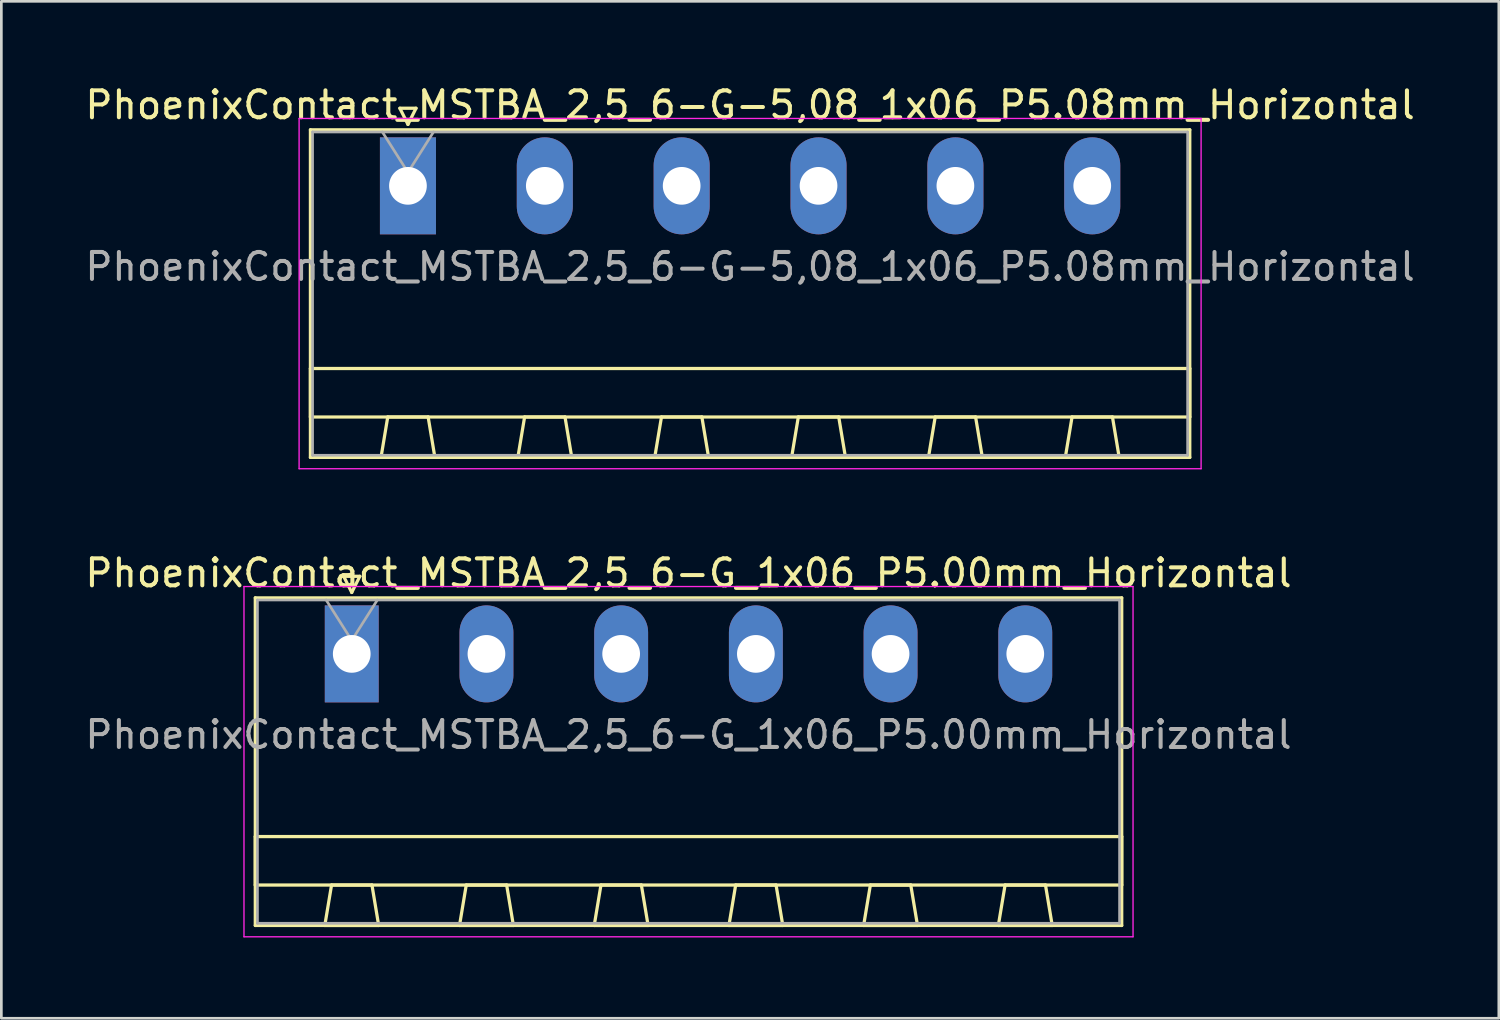
<source format=kicad_pcb>
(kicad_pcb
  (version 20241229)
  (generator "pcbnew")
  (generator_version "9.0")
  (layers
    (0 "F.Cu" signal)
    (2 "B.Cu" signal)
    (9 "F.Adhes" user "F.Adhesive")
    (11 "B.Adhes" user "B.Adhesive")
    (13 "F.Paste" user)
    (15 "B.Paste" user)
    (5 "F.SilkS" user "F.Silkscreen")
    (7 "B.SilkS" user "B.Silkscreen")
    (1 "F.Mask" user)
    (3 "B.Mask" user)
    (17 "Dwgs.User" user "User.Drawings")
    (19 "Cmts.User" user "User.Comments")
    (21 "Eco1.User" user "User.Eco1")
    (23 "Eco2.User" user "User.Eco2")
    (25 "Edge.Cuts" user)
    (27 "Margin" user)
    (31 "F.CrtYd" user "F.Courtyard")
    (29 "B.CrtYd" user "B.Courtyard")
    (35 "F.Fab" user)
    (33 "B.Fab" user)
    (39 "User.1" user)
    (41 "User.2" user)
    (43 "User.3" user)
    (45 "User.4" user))
  (footprint "PhoenixContact_MSTBA_2,5_6-G-5,08_1x06_P5.08mm_Horizontal"
    (layer "F.Cu")
    (at 12.092 3.848)
    (property "Reference" "PhoenixContact_MSTBA_2,5_6-G-5,08_1x06_P5.08mm_Horizontal" (at 12.7 -3 0) (layer "F.SilkS") (effects (font (size 1 1) (thickness 0.15))))
    (attr through_hole)
    (fp_line (start -3.62 -2.08) (end -3.62 10.08) (stroke (width 0.12) (type solid)) (layer "F.SilkS"))
    (fp_line (start -3.62 6.78) (end 29.02 6.78) (stroke (width 0.12) (type solid)) (layer "F.SilkS"))
    (fp_line (start -3.62 8.58) (end -3.62 6.78) (stroke (width 0.12) (type solid)) (layer "F.SilkS"))
    (fp_line (start -3.62 10.08) (end 29.02 10.08) (stroke (width 0.12) (type solid)) (layer "F.SilkS"))
    (fp_line (start -1 10.08) (end 1 10.08) (stroke (width 0.12) (type solid)) (layer "F.SilkS"))
    (fp_line (start -0.75 8.58) (end -1 10.08) (stroke (width 0.12) (type solid)) (layer "F.SilkS"))
    (fp_line (start -0.3 -2.88) (end 0.3 -2.88) (stroke (width 0.12) (type solid)) (layer "F.SilkS"))
    (fp_line (start 0 -2.28) (end -0.3 -2.88) (stroke (width 0.12) (type solid)) (layer "F.SilkS"))
    (fp_line (start 0.3 -2.88) (end 0 -2.28) (stroke (width 0.12) (type solid)) (layer "F.SilkS"))
    (fp_line (start 0.75 8.58) (end -0.75 8.58) (stroke (width 0.12) (type solid)) (layer "F.SilkS"))
    (fp_line (start 1 10.08) (end 0.75 8.58) (stroke (width 0.12) (type solid)) (layer "F.SilkS"))
    (fp_line (start 4.08 10.08) (end 6.08 10.08) (stroke (width 0.12) (type solid)) (layer "F.SilkS"))
    (fp_line (start 4.33 8.58) (end 4.08 10.08) (stroke (width 0.12) (type solid)) (layer "F.SilkS"))
    (fp_line (start 5.83 8.58) (end 4.33 8.58) (stroke (width 0.12) (type solid)) (layer "F.SilkS"))
    (fp_line (start 6.08 10.08) (end 5.83 8.58) (stroke (width 0.12) (type solid)) (layer "F.SilkS"))
    (fp_line (start 9.16 10.08) (end 11.16 10.08) (stroke (width 0.12) (type solid)) (layer "F.SilkS"))
    (fp_line (start 9.41 8.58) (end 9.16 10.08) (stroke (width 0.12) (type solid)) (layer "F.SilkS"))
    (fp_line (start 10.91 8.58) (end 9.41 8.58) (stroke (width 0.12) (type solid)) (layer "F.SilkS"))
    (fp_line (start 11.16 10.08) (end 10.91 8.58) (stroke (width 0.12) (type solid)) (layer "F.SilkS"))
    (fp_line (start 14.24 10.08) (end 16.24 10.08) (stroke (width 0.12) (type solid)) (layer "F.SilkS"))
    (fp_line (start 14.49 8.58) (end 14.24 10.08) (stroke (width 0.12) (type solid)) (layer "F.SilkS"))
    (fp_line (start 15.99 8.58) (end 14.49 8.58) (stroke (width 0.12) (type solid)) (layer "F.SilkS"))
    (fp_line (start 16.24 10.08) (end 15.99 8.58) (stroke (width 0.12) (type solid)) (layer "F.SilkS"))
    (fp_line (start 19.32 10.08) (end 21.32 10.08) (stroke (width 0.12) (type solid)) (layer "F.SilkS"))
    (fp_line (start 19.57 8.58) (end 19.32 10.08) (stroke (width 0.12) (type solid)) (layer "F.SilkS"))
    (fp_line (start 21.07 8.58) (end 19.57 8.58) (stroke (width 0.12) (type solid)) (layer "F.SilkS"))
    (fp_line (start 21.32 10.08) (end 21.07 8.58) (stroke (width 0.12) (type solid)) (layer "F.SilkS"))
    (fp_line (start 24.4 10.08) (end 26.4 10.08) (stroke (width 0.12) (type solid)) (layer "F.SilkS"))
    (fp_line (start 24.65 8.58) (end 24.4 10.08) (stroke (width 0.12) (type solid)) (layer "F.SilkS"))
    (fp_line (start 26.15 8.58) (end 24.65 8.58) (stroke (width 0.12) (type solid)) (layer "F.SilkS"))
    (fp_line (start 26.4 10.08) (end 26.15 8.58) (stroke (width 0.12) (type solid)) (layer "F.SilkS"))
    (fp_line (start 29.02 -2.08) (end -3.62 -2.08) (stroke (width 0.12) (type solid)) (layer "F.SilkS"))
    (fp_line (start 29.02 6.78) (end 29.02 8.58) (stroke (width 0.12) (type solid)) (layer "F.SilkS"))
    (fp_line (start 29.02 8.58) (end -3.62 8.58) (stroke (width 0.12) (type solid)) (layer "F.SilkS"))
    (fp_line (start 29.02 10.08) (end 29.02 -2.08) (stroke (width 0.12) (type solid)) (layer "F.SilkS"))
    (fp_line (start -4.04 -2.5) (end -4.04 10.5) (stroke (width 0.05) (type solid)) (layer "F.CrtYd"))
    (fp_line (start -4.04 10.5) (end 29.44 10.5) (stroke (width 0.05) (type solid)) (layer "F.CrtYd"))
    (fp_line (start 29.44 -2.5) (end -4.04 -2.5) (stroke (width 0.05) (type solid)) (layer "F.CrtYd"))
    (fp_line (start 29.44 10.5) (end 29.44 -2.5) (stroke (width 0.05) (type solid)) (layer "F.CrtYd"))
    (fp_line (start -3.54 -2) (end -3.54 10) (stroke (width 0.1) (type solid)) (layer "F.Fab"))
    (fp_line (start -3.54 10) (end 28.94 10) (stroke (width 0.1) (type solid)) (layer "F.Fab"))
    (fp_line (start 0 -0.5) (end -0.95 -2) (stroke (width 0.1) (type solid)) (layer "F.Fab"))
    (fp_line (start 0.95 -2) (end 0 -0.5) (stroke (width 0.1) (type solid)) (layer "F.Fab"))
    (fp_line (start 28.94 -2) (end -3.54 -2) (stroke (width 0.1) (type solid)) (layer "F.Fab"))
    (fp_line (start 28.94 10) (end 28.94 -2) (stroke (width 0.1) (type solid)) (layer "F.Fab"))
    (fp_text user "${REFERENCE}" (at 12.7 3 0) (layer "F.Fab") (effects (font (size 1 1) (thickness 0.15))))
    (pad "1" thru_hole rect (at 0 0) (size 2.08 3.6) (drill 1.4) (layers "*.Cu" "*.Mask"))
    (pad "2" thru_hole oval (at 5.08 0) (size 2.08 3.6) (drill 1.4) (layers "*.Cu" "*.Mask"))
    (pad "3" thru_hole oval (at 10.16 0) (size 2.08 3.6) (drill 1.4) (layers "*.Cu" "*.Mask"))
    (pad "4" thru_hole oval (at 15.24 0) (size 2.08 3.6) (drill 1.4) (layers "*.Cu" "*.Mask"))
    (pad "5" thru_hole oval (at 20.32 0) (size 2.08 3.6) (drill 1.4) (layers "*.Cu" "*.Mask"))
    (pad "6" thru_hole oval (at 25.4 0) (size 2.08 3.6) (drill 1.4) (layers "*.Cu" "*.Mask")))
  (footprint "PhoenixContact_MSTBA_2,5_6-G_1x06_P5.00mm_Horizontal"
    (layer "F.Cu")
    (at 10.006 21.221)
    (property "Reference" "PhoenixContact_MSTBA_2,5_6-G_1x06_P5.00mm_Horizontal" (at 12.5 -3 0) (layer "F.SilkS") (effects (font (size 1 1) (thickness 0.15))))
    (attr through_hole)
    (fp_line (start -3.58 -2.08) (end -3.58 10.08) (stroke (width 0.12) (type solid)) (layer "F.SilkS"))
    (fp_line (start -3.58 6.78) (end 28.58 6.78) (stroke (width 0.12) (type solid)) (layer "F.SilkS"))
    (fp_line (start -3.58 8.58) (end -3.58 6.78) (stroke (width 0.12) (type solid)) (layer "F.SilkS"))
    (fp_line (start -3.58 10.08) (end 28.58 10.08) (stroke (width 0.12) (type solid)) (layer "F.SilkS"))
    (fp_line (start -1 10.08) (end 1 10.08) (stroke (width 0.12) (type solid)) (layer "F.SilkS"))
    (fp_line (start -0.75 8.58) (end -1 10.08) (stroke (width 0.12) (type solid)) (layer "F.SilkS"))
    (fp_line (start -0.3 -2.88) (end 0.3 -2.88) (stroke (width 0.12) (type solid)) (layer "F.SilkS"))
    (fp_line (start 0 -2.28) (end -0.3 -2.88) (stroke (width 0.12) (type solid)) (layer "F.SilkS"))
    (fp_line (start 0.3 -2.88) (end 0 -2.28) (stroke (width 0.12) (type solid)) (layer "F.SilkS"))
    (fp_line (start 0.75 8.58) (end -0.75 8.58) (stroke (width 0.12) (type solid)) (layer "F.SilkS"))
    (fp_line (start 1 10.08) (end 0.75 8.58) (stroke (width 0.12) (type solid)) (layer "F.SilkS"))
    (fp_line (start 4 10.08) (end 6 10.08) (stroke (width 0.12) (type solid)) (layer "F.SilkS"))
    (fp_line (start 4.25 8.58) (end 4 10.08) (stroke (width 0.12) (type solid)) (layer "F.SilkS"))
    (fp_line (start 5.75 8.58) (end 4.25 8.58) (stroke (width 0.12) (type solid)) (layer "F.SilkS"))
    (fp_line (start 6 10.08) (end 5.75 8.58) (stroke (width 0.12) (type solid)) (layer "F.SilkS"))
    (fp_line (start 9 10.08) (end 11 10.08) (stroke (width 0.12) (type solid)) (layer "F.SilkS"))
    (fp_line (start 9.25 8.58) (end 9 10.08) (stroke (width 0.12) (type solid)) (layer "F.SilkS"))
    (fp_line (start 10.75 8.58) (end 9.25 8.58) (stroke (width 0.12) (type solid)) (layer "F.SilkS"))
    (fp_line (start 11 10.08) (end 10.75 8.58) (stroke (width 0.12) (type solid)) (layer "F.SilkS"))
    (fp_line (start 14 10.08) (end 16 10.08) (stroke (width 0.12) (type solid)) (layer "F.SilkS"))
    (fp_line (start 14.25 8.58) (end 14 10.08) (stroke (width 0.12) (type solid)) (layer "F.SilkS"))
    (fp_line (start 15.75 8.58) (end 14.25 8.58) (stroke (width 0.12) (type solid)) (layer "F.SilkS"))
    (fp_line (start 16 10.08) (end 15.75 8.58) (stroke (width 0.12) (type solid)) (layer "F.SilkS"))
    (fp_line (start 19 10.08) (end 21 10.08) (stroke (width 0.12) (type solid)) (layer "F.SilkS"))
    (fp_line (start 19.25 8.58) (end 19 10.08) (stroke (width 0.12) (type solid)) (layer "F.SilkS"))
    (fp_line (start 20.75 8.58) (end 19.25 8.58) (stroke (width 0.12) (type solid)) (layer "F.SilkS"))
    (fp_line (start 21 10.08) (end 20.75 8.58) (stroke (width 0.12) (type solid)) (layer "F.SilkS"))
    (fp_line (start 24 10.08) (end 26 10.08) (stroke (width 0.12) (type solid)) (layer "F.SilkS"))
    (fp_line (start 24.25 8.58) (end 24 10.08) (stroke (width 0.12) (type solid)) (layer "F.SilkS"))
    (fp_line (start 25.75 8.58) (end 24.25 8.58) (stroke (width 0.12) (type solid)) (layer "F.SilkS"))
    (fp_line (start 26 10.08) (end 25.75 8.58) (stroke (width 0.12) (type solid)) (layer "F.SilkS"))
    (fp_line (start 28.58 -2.08) (end -3.58 -2.08) (stroke (width 0.12) (type solid)) (layer "F.SilkS"))
    (fp_line (start 28.58 6.78) (end 28.58 8.58) (stroke (width 0.12) (type solid)) (layer "F.SilkS"))
    (fp_line (start 28.58 8.58) (end -3.58 8.58) (stroke (width 0.12) (type solid)) (layer "F.SilkS"))
    (fp_line (start 28.58 10.08) (end 28.58 -2.08) (stroke (width 0.12) (type solid)) (layer "F.SilkS"))
    (fp_line (start -4 -2.5) (end -4 10.5) (stroke (width 0.05) (type solid)) (layer "F.CrtYd"))
    (fp_line (start -4 10.5) (end 29 10.5) (stroke (width 0.05) (type solid)) (layer "F.CrtYd"))
    (fp_line (start 29 -2.5) (end -4 -2.5) (stroke (width 0.05) (type solid)) (layer "F.CrtYd"))
    (fp_line (start 29 10.5) (end 29 -2.5) (stroke (width 0.05) (type solid)) (layer "F.CrtYd"))
    (fp_line (start -3.5 -2) (end -3.5 10) (stroke (width 0.1) (type solid)) (layer "F.Fab"))
    (fp_line (start -3.5 10) (end 28.5 10) (stroke (width 0.1) (type solid)) (layer "F.Fab"))
    (fp_line (start 0 -0.5) (end -0.95 -2) (stroke (width 0.1) (type solid)) (layer "F.Fab"))
    (fp_line (start 0.95 -2) (end 0 -0.5) (stroke (width 0.1) (type solid)) (layer "F.Fab"))
    (fp_line (start 28.5 -2) (end -3.5 -2) (stroke (width 0.1) (type solid)) (layer "F.Fab"))
    (fp_line (start 28.5 10) (end 28.5 -2) (stroke (width 0.1) (type solid)) (layer "F.Fab"))
    (fp_text user "${REFERENCE}" (at 12.5 3 0) (layer "F.Fab") (effects (font (size 1 1) (thickness 0.15))))
    (pad "1" thru_hole rect (at 0 0) (size 2 3.6) (drill 1.4) (layers "*.Cu" "*.Mask"))
    (pad "2" thru_hole oval (at 5 0) (size 2 3.6) (drill 1.4) (layers "*.Cu" "*.Mask"))
    (pad "3" thru_hole oval (at 10 0) (size 2 3.6) (drill 1.4) (layers "*.Cu" "*.Mask"))
    (pad "4" thru_hole oval (at 15 0) (size 2 3.6) (drill 1.4) (layers "*.Cu" "*.Mask"))
    (pad "5" thru_hole oval (at 20 0) (size 2 3.6) (drill 1.4) (layers "*.Cu" "*.Mask"))
    (pad "6" thru_hole oval (at 25 0) (size 2 3.6) (drill 1.4) (layers "*.Cu" "*.Mask")))
  (gr_rect
    (start -3 -3)
    (end 52.583 34.746)
    (stroke (width 0.1) (type default))
    (fill no)
    (layer "Edge.Cuts")))
</source>
